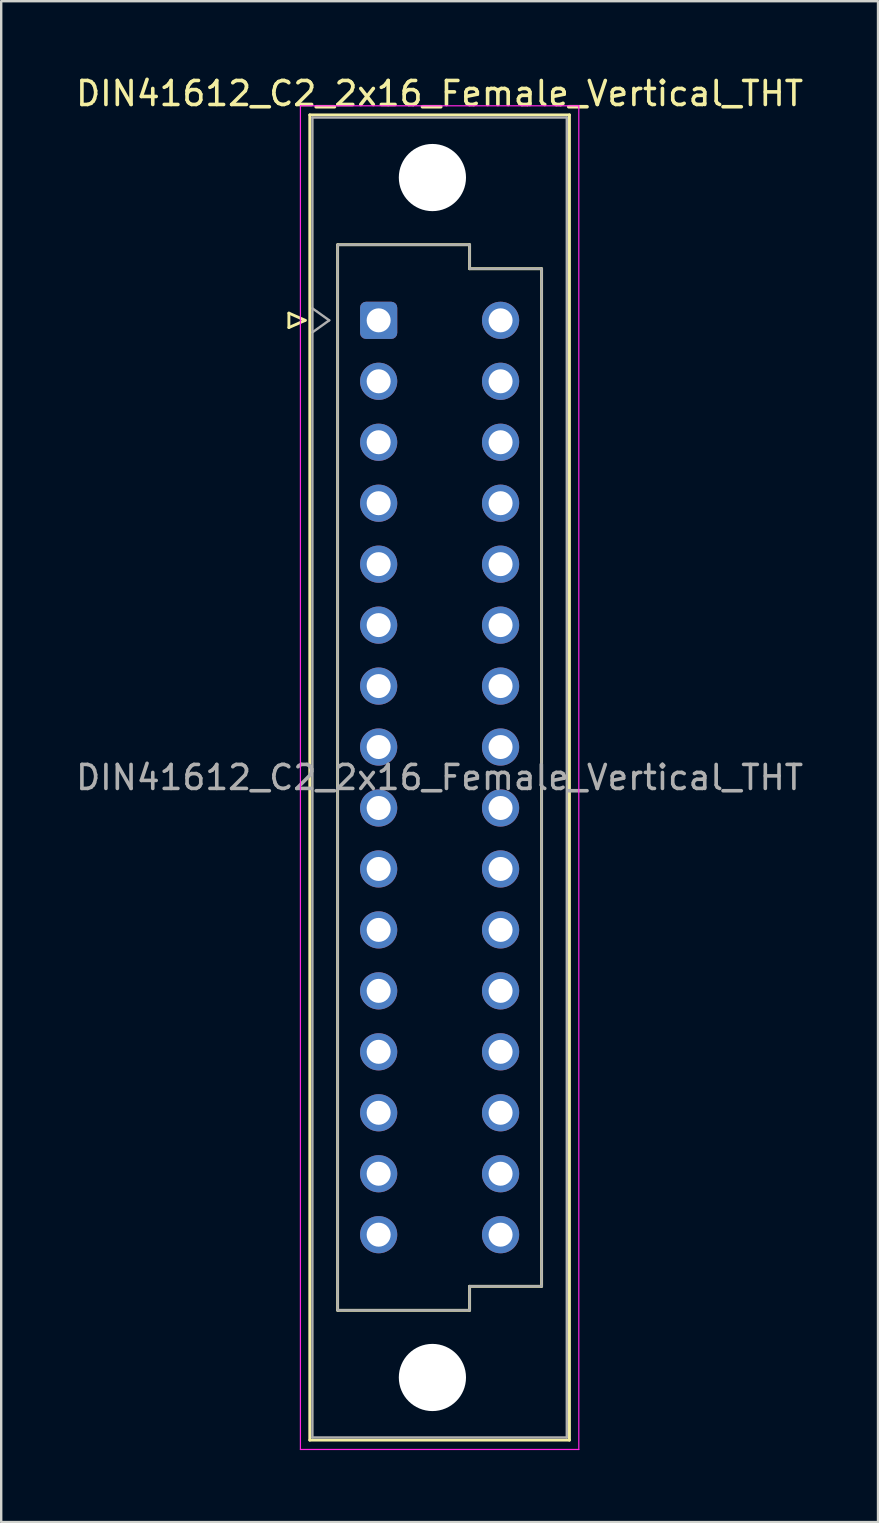
<source format=kicad_pcb>
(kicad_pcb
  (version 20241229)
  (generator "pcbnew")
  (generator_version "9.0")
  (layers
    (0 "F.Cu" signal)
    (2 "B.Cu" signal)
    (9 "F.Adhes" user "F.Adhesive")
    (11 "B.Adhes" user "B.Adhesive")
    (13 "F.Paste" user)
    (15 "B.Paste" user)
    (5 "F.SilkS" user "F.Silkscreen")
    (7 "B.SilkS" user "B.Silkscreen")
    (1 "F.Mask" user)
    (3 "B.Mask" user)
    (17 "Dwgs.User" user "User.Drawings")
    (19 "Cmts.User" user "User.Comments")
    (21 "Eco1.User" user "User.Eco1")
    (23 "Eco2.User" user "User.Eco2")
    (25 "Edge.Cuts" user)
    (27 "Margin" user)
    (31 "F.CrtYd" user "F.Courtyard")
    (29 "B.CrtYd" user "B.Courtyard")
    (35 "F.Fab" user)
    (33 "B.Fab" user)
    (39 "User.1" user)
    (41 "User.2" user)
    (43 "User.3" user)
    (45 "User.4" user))
  (footprint "DIN41612_C2_2x16_Female_Vertical_THT"
    (layer "F.Cu")
    (at 12.728 10.298)
    (property "Reference" "DIN41612_C2_2x16_Female_Vertical_THT" (at 2.54 -9.45 0) (layer "F.SilkS") (effects (font (size 1 1) (thickness 0.15))))
    (attr through_hole)
    (fp_line (start -3.74 -0.3) (end -3.74 0.3) (stroke (width 0.12) (type solid)) (layer "F.SilkS"))
    (fp_line (start -3.74 0.3) (end -3.06 0) (stroke (width 0.12) (type solid)) (layer "F.SilkS"))
    (fp_line (start -3.06 0) (end -3.74 -0.3) (stroke (width 0.12) (type solid)) (layer "F.SilkS"))
    (fp_line (start -2.87 -8.56) (end 7.95 -8.56) (stroke (width 0.12) (type solid)) (layer "F.SilkS"))
    (fp_line (start -2.87 46.66) (end -2.87 -8.56) (stroke (width 0.12) (type solid)) (layer "F.SilkS"))
    (fp_line (start -1.71 -3.15) (end 3.79 -3.15) (stroke (width 0.12) (type solid)) (layer "F.SilkS"))
    (fp_line (start -1.71 41.25) (end -1.71 -3.15) (stroke (width 0.12) (type solid)) (layer "F.SilkS"))
    (fp_line (start 3.79 -3.15) (end 3.79 -2.15) (stroke (width 0.12) (type solid)) (layer "F.SilkS"))
    (fp_line (start 3.79 -2.15) (end 6.79 -2.15) (stroke (width 0.12) (type solid)) (layer "F.SilkS"))
    (fp_line (start 3.79 40.25) (end 3.79 41.25) (stroke (width 0.12) (type solid)) (layer "F.SilkS"))
    (fp_line (start 3.79 41.25) (end -1.71 41.25) (stroke (width 0.12) (type solid)) (layer "F.SilkS"))
    (fp_line (start 6.79 -2.15) (end 6.79 40.25) (stroke (width 0.12) (type solid)) (layer "F.SilkS"))
    (fp_line (start 6.79 40.25) (end 3.79 40.25) (stroke (width 0.12) (type solid)) (layer "F.SilkS"))
    (fp_line (start 7.95 -8.56) (end 7.95 46.66) (stroke (width 0.12) (type solid)) (layer "F.SilkS"))
    (fp_line (start 7.95 46.66) (end -2.87 46.66) (stroke (width 0.12) (type solid)) (layer "F.SilkS"))
    (fp_line (start -3.26 -8.94) (end 8.34 -8.94) (stroke (width 0.05) (type solid)) (layer "F.CrtYd"))
    (fp_line (start -3.26 47.05) (end -3.26 -8.94) (stroke (width 0.05) (type solid)) (layer "F.CrtYd"))
    (fp_line (start 8.34 -8.94) (end 8.34 47.05) (stroke (width 0.05) (type solid)) (layer "F.CrtYd"))
    (fp_line (start 8.34 47.05) (end -3.26 47.05) (stroke (width 0.05) (type solid)) (layer "F.CrtYd"))
    (fp_line (start -2.76 -8.45) (end 7.84 -8.45) (stroke (width 0.1) (type solid)) (layer "F.Fab"))
    (fp_line (start -2.76 -0.5) (end -2.06 0) (stroke (width 0.1) (type solid)) (layer "F.Fab"))
    (fp_line (start -2.76 46.55) (end -2.76 -8.45) (stroke (width 0.1) (type solid)) (layer "F.Fab"))
    (fp_line (start -2.06 0) (end -2.76 0.5) (stroke (width 0.1) (type solid)) (layer "F.Fab"))
    (fp_line (start -1.71 -3.15) (end 3.79 -3.15) (stroke (width 0.1) (type solid)) (layer "F.Fab"))
    (fp_line (start -1.71 41.25) (end -1.71 -3.15) (stroke (width 0.1) (type solid)) (layer "F.Fab"))
    (fp_line (start 3.79 -3.15) (end 3.79 -2.15) (stroke (width 0.1) (type solid)) (layer "F.Fab"))
    (fp_line (start 3.79 -2.15) (end 6.79 -2.15) (stroke (width 0.1) (type solid)) (layer "F.Fab"))
    (fp_line (start 3.79 40.25) (end 3.79 41.25) (stroke (width 0.1) (type solid)) (layer "F.Fab"))
    (fp_line (start 3.79 41.25) (end -1.71 41.25) (stroke (width 0.1) (type solid)) (layer "F.Fab"))
    (fp_line (start 6.79 -2.15) (end 6.79 40.25) (stroke (width 0.1) (type solid)) (layer "F.Fab"))
    (fp_line (start 6.79 40.25) (end 3.79 40.25) (stroke (width 0.1) (type solid)) (layer "F.Fab"))
    (fp_line (start 7.84 -8.45) (end 7.84 46.55) (stroke (width 0.1) (type solid)) (layer "F.Fab"))
    (fp_line (start 7.84 46.55) (end -2.76 46.55) (stroke (width 0.1) (type solid)) (layer "F.Fab"))
    (fp_text user "${REFERENCE}" (at 2.54 19.05 0) (layer "F.Fab") (effects (font (size 1 1) (thickness 0.15))))
    (pad "" np_thru_hole circle (at 2.24 -5.95) (size 2.8 2.8) (drill 2.8) (layers "*.Cu" "*.Mask"))
    (pad "" np_thru_hole circle (at 2.24 44.05) (size 2.8 2.8) (drill 2.8) (layers "*.Cu" "*.Mask"))
    (pad "a1" thru_hole roundrect (at 0 0) (size 1.55 1.55) (drill 1) (layers "*.Cu" "*.Mask") (roundrect_rratio 0.161))
    (pad "a2" thru_hole circle (at 0 2.54) (size 1.55 1.55) (drill 1) (layers "*.Cu" "*.Mask"))
    (pad "a3" thru_hole circle (at 0 5.08) (size 1.55 1.55) (drill 1) (layers "*.Cu" "*.Mask"))
    (pad "a4" thru_hole circle (at 0 7.62) (size 1.55 1.55) (drill 1) (layers "*.Cu" "*.Mask"))
    (pad "a5" thru_hole circle (at 0 10.16) (size 1.55 1.55) (drill 1) (layers "*.Cu" "*.Mask"))
    (pad "a6" thru_hole circle (at 0 12.7) (size 1.55 1.55) (drill 1) (layers "*.Cu" "*.Mask"))
    (pad "a7" thru_hole circle (at 0 15.24) (size 1.55 1.55) (drill 1) (layers "*.Cu" "*.Mask"))
    (pad "a8" thru_hole circle (at 0 17.78) (size 1.55 1.55) (drill 1) (layers "*.Cu" "*.Mask"))
    (pad "a9" thru_hole circle (at 0 20.32) (size 1.55 1.55) (drill 1) (layers "*.Cu" "*.Mask"))
    (pad "a10" thru_hole circle (at 0 22.86) (size 1.55 1.55) (drill 1) (layers "*.Cu" "*.Mask"))
    (pad "a11" thru_hole circle (at 0 25.4) (size 1.55 1.55) (drill 1) (layers "*.Cu" "*.Mask"))
    (pad "a12" thru_hole circle (at 0 27.94) (size 1.55 1.55) (drill 1) (layers "*.Cu" "*.Mask"))
    (pad "a13" thru_hole circle (at 0 30.48) (size 1.55 1.55) (drill 1) (layers "*.Cu" "*.Mask"))
    (pad "a14" thru_hole circle (at 0 33.02) (size 1.55 1.55) (drill 1) (layers "*.Cu" "*.Mask"))
    (pad "a15" thru_hole circle (at 0 35.56) (size 1.55 1.55) (drill 1) (layers "*.Cu" "*.Mask"))
    (pad "a16" thru_hole circle (at 0 38.1) (size 1.55 1.55) (drill 1) (layers "*.Cu" "*.Mask"))
    (pad "c1" thru_hole circle (at 5.08 0) (size 1.55 1.55) (drill 1) (layers "*.Cu" "*.Mask"))
    (pad "c2" thru_hole circle (at 5.08 2.54) (size 1.55 1.55) (drill 1) (layers "*.Cu" "*.Mask"))
    (pad "c3" thru_hole circle (at 5.08 5.08) (size 1.55 1.55) (drill 1) (layers "*.Cu" "*.Mask"))
    (pad "c4" thru_hole circle (at 5.08 7.62) (size 1.55 1.55) (drill 1) (layers "*.Cu" "*.Mask"))
    (pad "c5" thru_hole circle (at 5.08 10.16) (size 1.55 1.55) (drill 1) (layers "*.Cu" "*.Mask"))
    (pad "c6" thru_hole circle (at 5.08 12.7) (size 1.55 1.55) (drill 1) (layers "*.Cu" "*.Mask"))
    (pad "c7" thru_hole circle (at 5.08 15.24) (size 1.55 1.55) (drill 1) (layers "*.Cu" "*.Mask"))
    (pad "c8" thru_hole circle (at 5.08 17.78) (size 1.55 1.55) (drill 1) (layers "*.Cu" "*.Mask"))
    (pad "c9" thru_hole circle (at 5.08 20.32) (size 1.55 1.55) (drill 1) (layers "*.Cu" "*.Mask"))
    (pad "c10" thru_hole circle (at 5.08 22.86) (size 1.55 1.55) (drill 1) (layers "*.Cu" "*.Mask"))
    (pad "c11" thru_hole circle (at 5.08 25.4) (size 1.55 1.55) (drill 1) (layers "*.Cu" "*.Mask"))
    (pad "c12" thru_hole circle (at 5.08 27.94) (size 1.55 1.55) (drill 1) (layers "*.Cu" "*.Mask"))
    (pad "c13" thru_hole circle (at 5.08 30.48) (size 1.55 1.55) (drill 1) (layers "*.Cu" "*.Mask"))
    (pad "c14" thru_hole circle (at 5.08 33.02) (size 1.55 1.55) (drill 1) (layers "*.Cu" "*.Mask"))
    (pad "c15" thru_hole circle (at 5.08 35.56) (size 1.55 1.55) (drill 1) (layers "*.Cu" "*.Mask"))
    (pad "c16" thru_hole circle (at 5.08 38.1) (size 1.55 1.55) (drill 1) (layers "*.Cu" "*.Mask")))
  (gr_rect
    (start -3 -3)
    (end 33.536 60.373)
    (stroke (width 0.1) (type default))
    (fill no)
    (layer "Edge.Cuts")))
</source>
